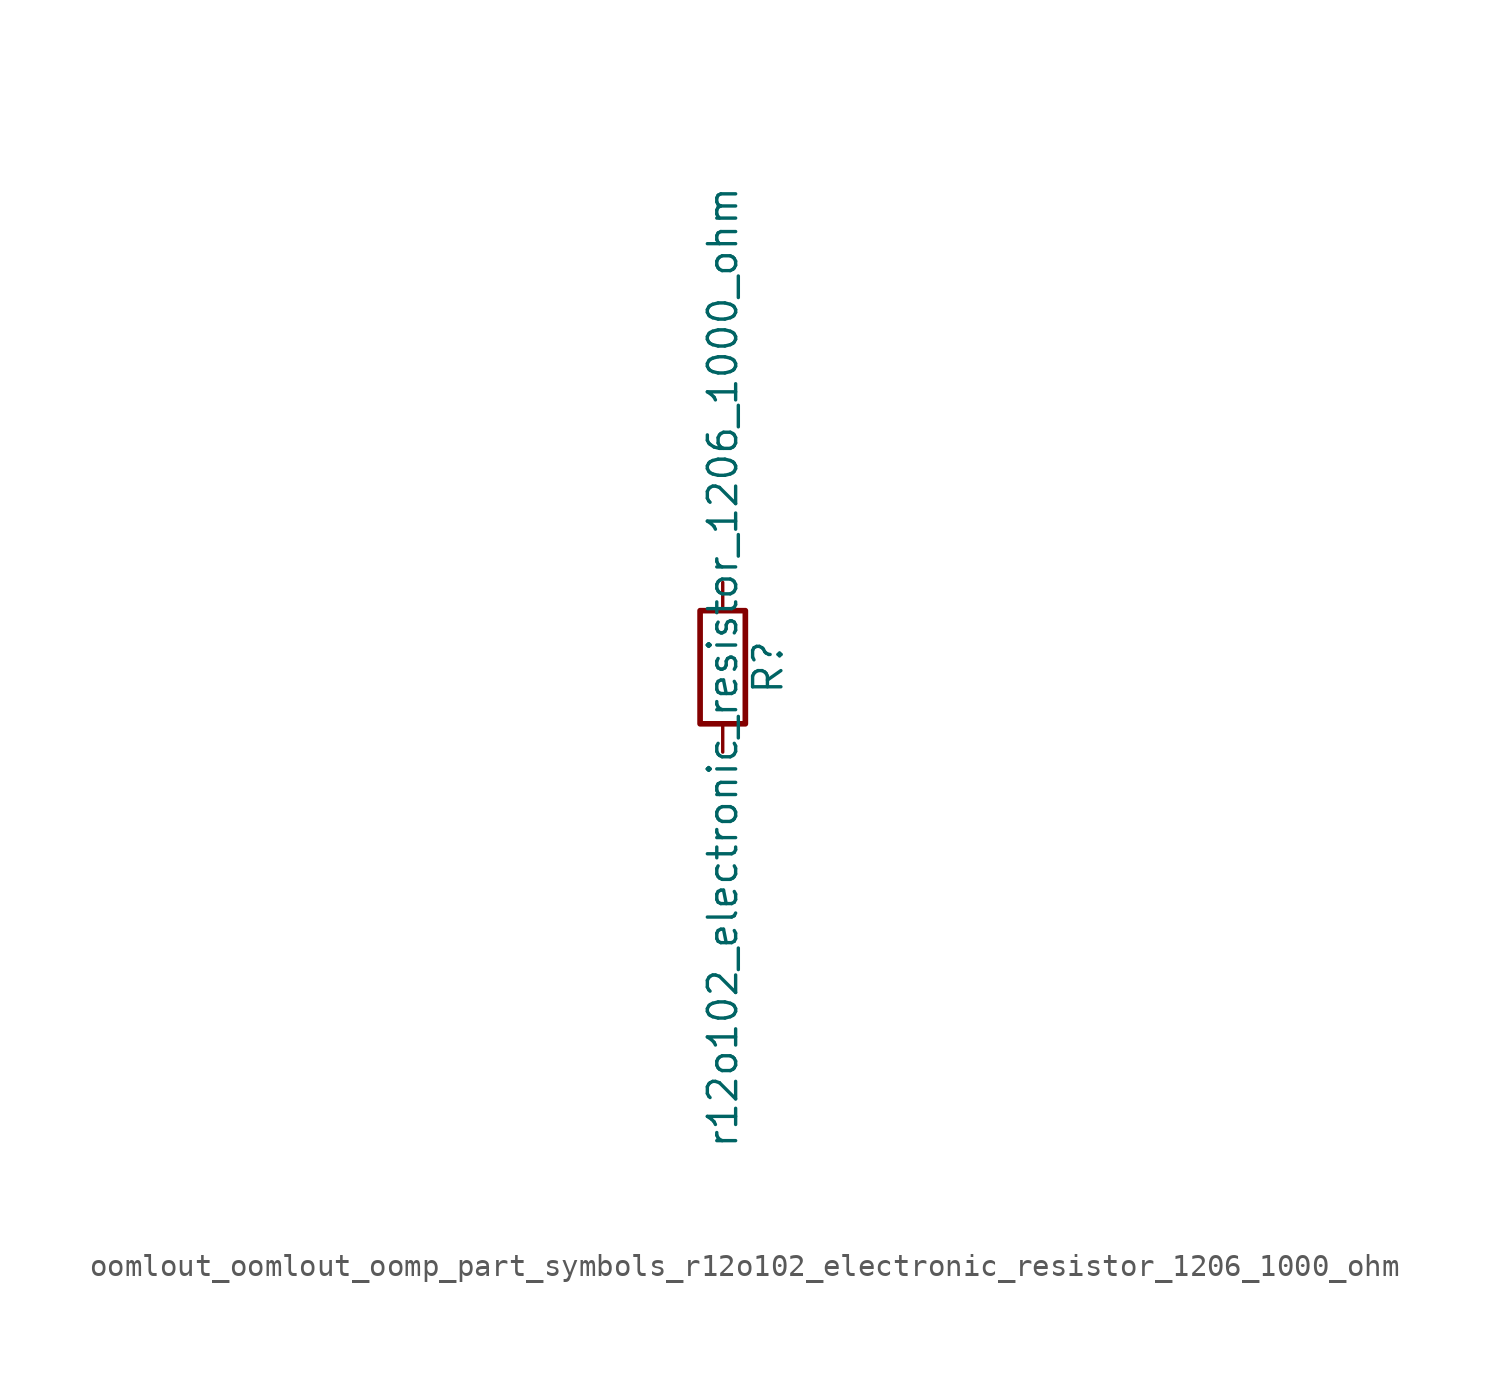
<source format=kicad_sym>
(kicad_symbol_lib
  (version 20220914)
  (generator kicad_symbol_editor)
  (symbol "oomlout_oomlout_oomp_part_symbols_r12o102_electronic_resistor_1206_1000_ohm"
    (pin_numbers hide)
    (pin_names
      (offset 0))
    (property "Reference" "R"
      (at 2.032 0 90)
      (effects (font (size 1.27 1.27))))
    (property "Value" "r12o102_electronic_resistor_1206_1000_ohm"
      (at 0 0 90)
      (effects (font (size 1.27 1.27))))
    (symbol "oomlout_oomlout_oomp_part_symbols_r12o102_electronic_resistor_1206_1000_ohm_0_1"
      (rectangle (start -1.016 -2.54) (end 1.016 2.54) (stroke (width 0.254) (type default)) (fill (type none))))
    (symbol "oomlout_oomlout_oomp_part_symbols_r12o102_electronic_resistor_1206_1000_ohm_1_1"
      (pin passive line (at 0 3.81 270) (length 1.27) (name "~" (effects (font (size 1.27 1.27)))) (number "1" (effects (font (size 1.27 1.27)))))
      (pin passive line (at 0 -3.81 90) (length 1.27) (name "~" (effects (font (size 1.27 1.27)))) (number "2" (effects (font (size 1.27 1.27))))))))
</source>
